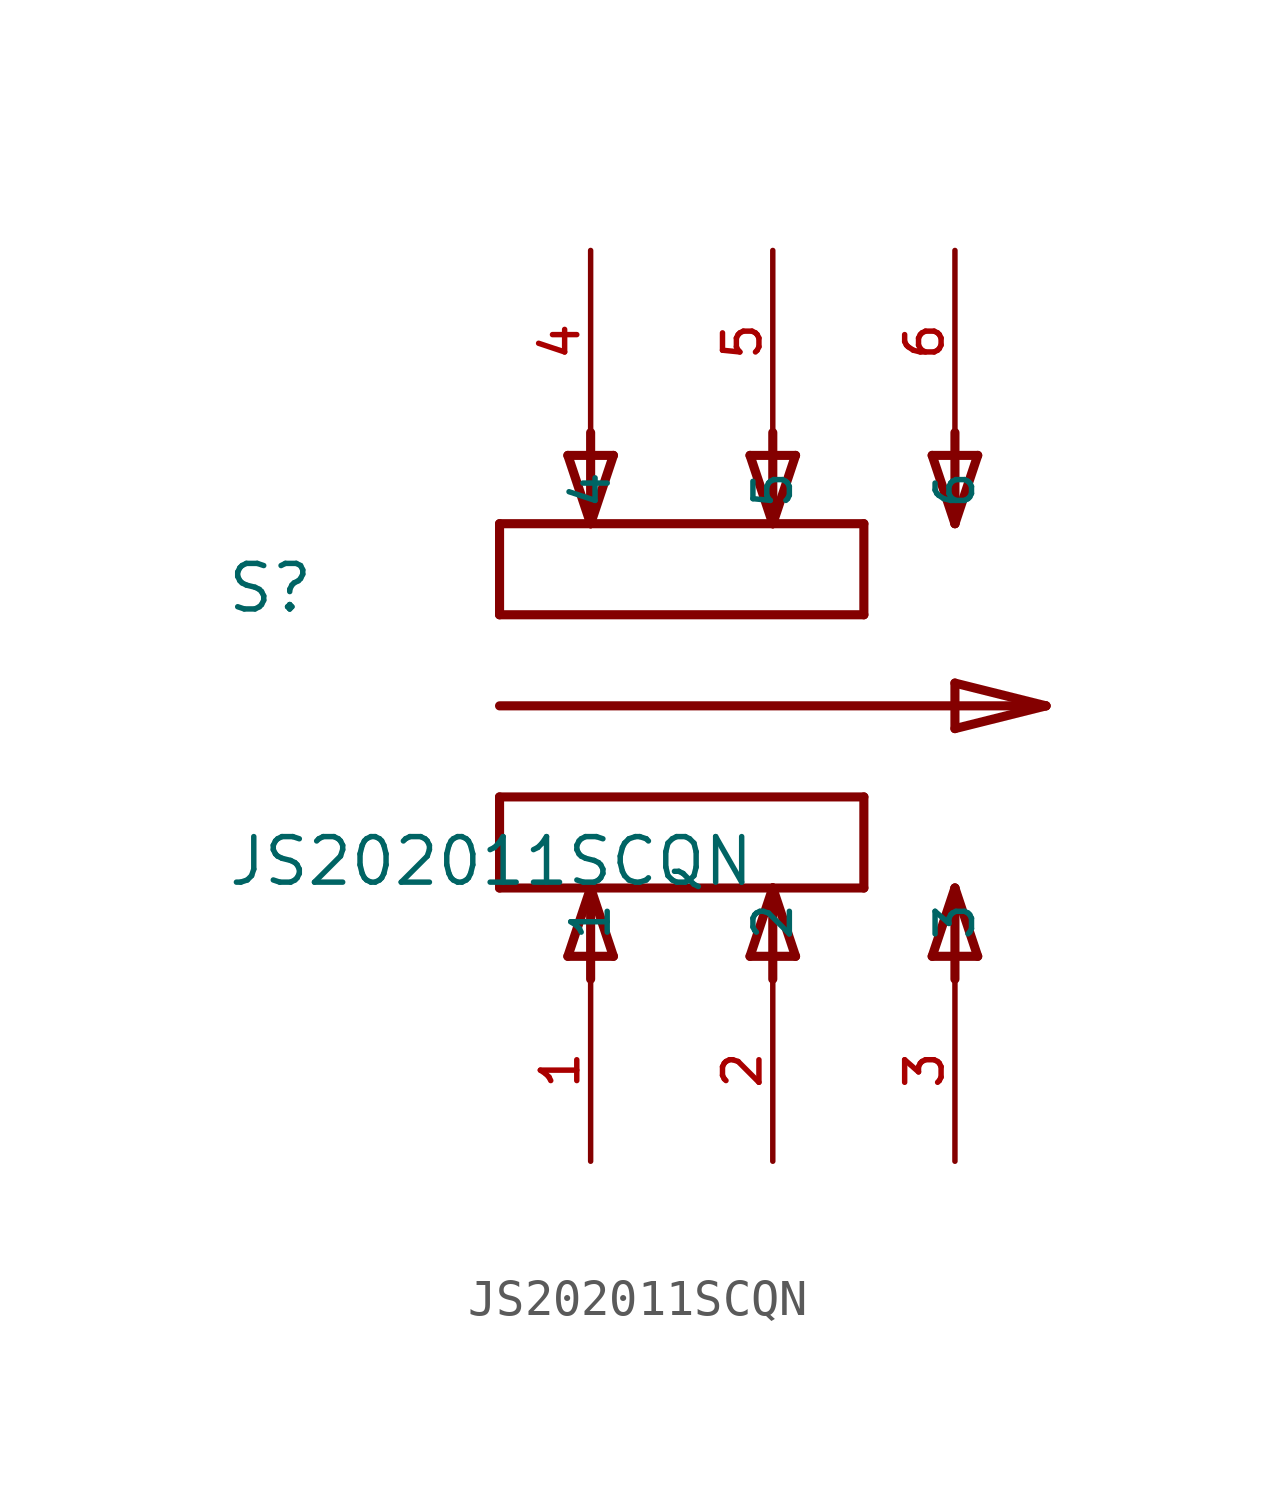
<source format=kicad_sym>
(kicad_symbol_lib
  (version 20210619)
  (generator kicad_symbol_editor)
  (symbol "JS202011SCQN"
    (pin_names
      (offset 1.016))
    (property "Reference" "S"
      (at -15.265 2.54 0)
      (effects (font (size 1.27 1.27)) (justify left bottom)))
    (property "Value" "JS202011SCQN"
      (at -15.24 -5.08 0)
      (effects (font (size 1.27 1.27)) (justify left bottom)))
    (property "ki_locked" ""
      (at 0 0 0)
      (effects (font (size 1.27 1.27))))
    (symbol "JS202011SCQN_0_0"
      (polyline (pts (xy -7.62 -5.08) (xy -7.62 -2.54)) (stroke (width 0.254)) (fill (type none)))
      (polyline (pts (xy -7.62 -2.54) (xy 2.54 -2.54)) (stroke (width 0.254)) (fill (type none)))
      (polyline (pts (xy -7.62 0) (xy 7.62 0)) (stroke (width 0.254)) (fill (type none)))
      (polyline (pts (xy -7.62 2.54) (xy 2.54 2.54)) (stroke (width 0.254)) (fill (type none)))
      (polyline (pts (xy -7.62 5.08) (xy -7.62 2.54)) (stroke (width 0.254)) (fill (type none)))
      (polyline (pts (xy -5.715 -6.985) (xy -4.445 -6.985)) (stroke (width 0.254)) (fill (type none)))
      (polyline (pts (xy -5.715 6.985) (xy -5.08 5.08)) (stroke (width 0.254)) (fill (type none)))
      (polyline (pts (xy -5.08 -5.08) (xy -7.62 -5.08)) (stroke (width 0.254)) (fill (type none)))
      (polyline (pts (xy -5.08 -5.08) (xy -5.715 -6.985)) (stroke (width 0.254)) (fill (type none)))
      (polyline (pts (xy -5.08 -5.08) (xy -5.08 -7.62)) (stroke (width 0.254)) (fill (type none)))
      (polyline (pts (xy -5.08 5.08) (xy -7.62 5.08)) (stroke (width 0.254)) (fill (type none)))
      (polyline (pts (xy -5.08 5.08) (xy -4.445 6.985)) (stroke (width 0.254)) (fill (type none)))
      (polyline (pts (xy -5.08 7.62) (xy -5.08 5.08)) (stroke (width 0.254)) (fill (type none)))
      (polyline (pts (xy -4.445 -6.985) (xy -5.08 -5.08)) (stroke (width 0.254)) (fill (type none)))
      (polyline (pts (xy -4.445 6.985) (xy -5.715 6.985)) (stroke (width 0.254)) (fill (type none)))
      (polyline (pts (xy -0.635 -6.985) (xy 0.635 -6.985)) (stroke (width 0.254)) (fill (type none)))
      (polyline (pts (xy -0.635 6.985) (xy 0 5.08)) (stroke (width 0.254)) (fill (type none)))
      (polyline (pts (xy 0 -5.08) (xy -5.08 -5.08)) (stroke (width 0.254)) (fill (type none)))
      (polyline (pts (xy 0 -5.08) (xy -0.635 -6.985)) (stroke (width 0.254)) (fill (type none)))
      (polyline (pts (xy 0 -5.08) (xy 0 -7.62)) (stroke (width 0.254)) (fill (type none)))
      (polyline (pts (xy 0 5.08) (xy -5.08 5.08)) (stroke (width 0.254)) (fill (type none)))
      (polyline (pts (xy 0 5.08) (xy 0.635 6.985)) (stroke (width 0.254)) (fill (type none)))
      (polyline (pts (xy 0 7.62) (xy 0 5.08)) (stroke (width 0.254)) (fill (type none)))
      (polyline (pts (xy 0.635 -6.985) (xy 0 -5.08)) (stroke (width 0.254)) (fill (type none)))
      (polyline (pts (xy 0.635 6.985) (xy -0.635 6.985)) (stroke (width 0.254)) (fill (type none)))
      (polyline (pts (xy 2.54 -5.08) (xy 0 -5.08)) (stroke (width 0.254)) (fill (type none)))
      (polyline (pts (xy 2.54 -2.54) (xy 2.54 -5.08)) (stroke (width 0.254)) (fill (type none)))
      (polyline (pts (xy 2.54 2.54) (xy 2.54 5.08)) (stroke (width 0.254)) (fill (type none)))
      (polyline (pts (xy 2.54 5.08) (xy 0 5.08)) (stroke (width 0.254)) (fill (type none)))
      (polyline (pts (xy 4.445 -6.985) (xy 5.715 -6.985)) (stroke (width 0.254)) (fill (type none)))
      (polyline (pts (xy 4.445 6.985) (xy 5.08 5.08)) (stroke (width 0.254)) (fill (type none)))
      (polyline (pts (xy 5.08 -5.08) (xy 4.445 -6.985)) (stroke (width 0.254)) (fill (type none)))
      (polyline (pts (xy 5.08 -5.08) (xy 5.08 -7.62)) (stroke (width 0.254)) (fill (type none)))
      (polyline (pts (xy 5.08 -0.635) (xy 7.62 0)) (stroke (width 0.254)) (fill (type none)))
      (polyline (pts (xy 5.08 0.635) (xy 5.08 -0.635)) (stroke (width 0.254)) (fill (type none)))
      (polyline (pts (xy 5.08 5.08) (xy 5.715 6.985)) (stroke (width 0.254)) (fill (type none)))
      (polyline (pts (xy 5.08 7.62) (xy 5.08 5.08)) (stroke (width 0.254)) (fill (type none)))
      (polyline (pts (xy 5.715 -6.985) (xy 5.08 -5.08)) (stroke (width 0.254)) (fill (type none)))
      (polyline (pts (xy 5.715 6.985) (xy 4.445 6.985)) (stroke (width 0.254)) (fill (type none)))
      (polyline (pts (xy 7.62 0) (xy 5.08 0.635)) (stroke (width 0.254)) (fill (type none)))
      (pin passive line (at -5.08 -12.7 90) (length 5.08) (name "1" (effects (font (size 1.016 1.016)))) (number "1" (effects (font (size 1.016 1.016)))))
      (pin passive line (at 0 -12.7 90) (length 5.08) (name "2" (effects (font (size 1.016 1.016)))) (number "2" (effects (font (size 1.016 1.016)))))
      (pin passive line (at 5.08 -12.7 90) (length 5.08) (name "3" (effects (font (size 1.016 1.016)))) (number "3" (effects (font (size 1.016 1.016)))))
      (pin passive line (at -5.08 12.7 270) (length 5.08) (name "4" (effects (font (size 1.016 1.016)))) (number "4" (effects (font (size 1.016 1.016)))))
      (pin passive line (at 0 12.7 270) (length 5.08) (name "5" (effects (font (size 1.016 1.016)))) (number "5" (effects (font (size 1.016 1.016)))))
      (pin passive line (at 5.08 12.7 270) (length 5.08) (name "6" (effects (font (size 1.016 1.016)))) (number "6" (effects (font (size 1.016 1.016))))))))
</source>
